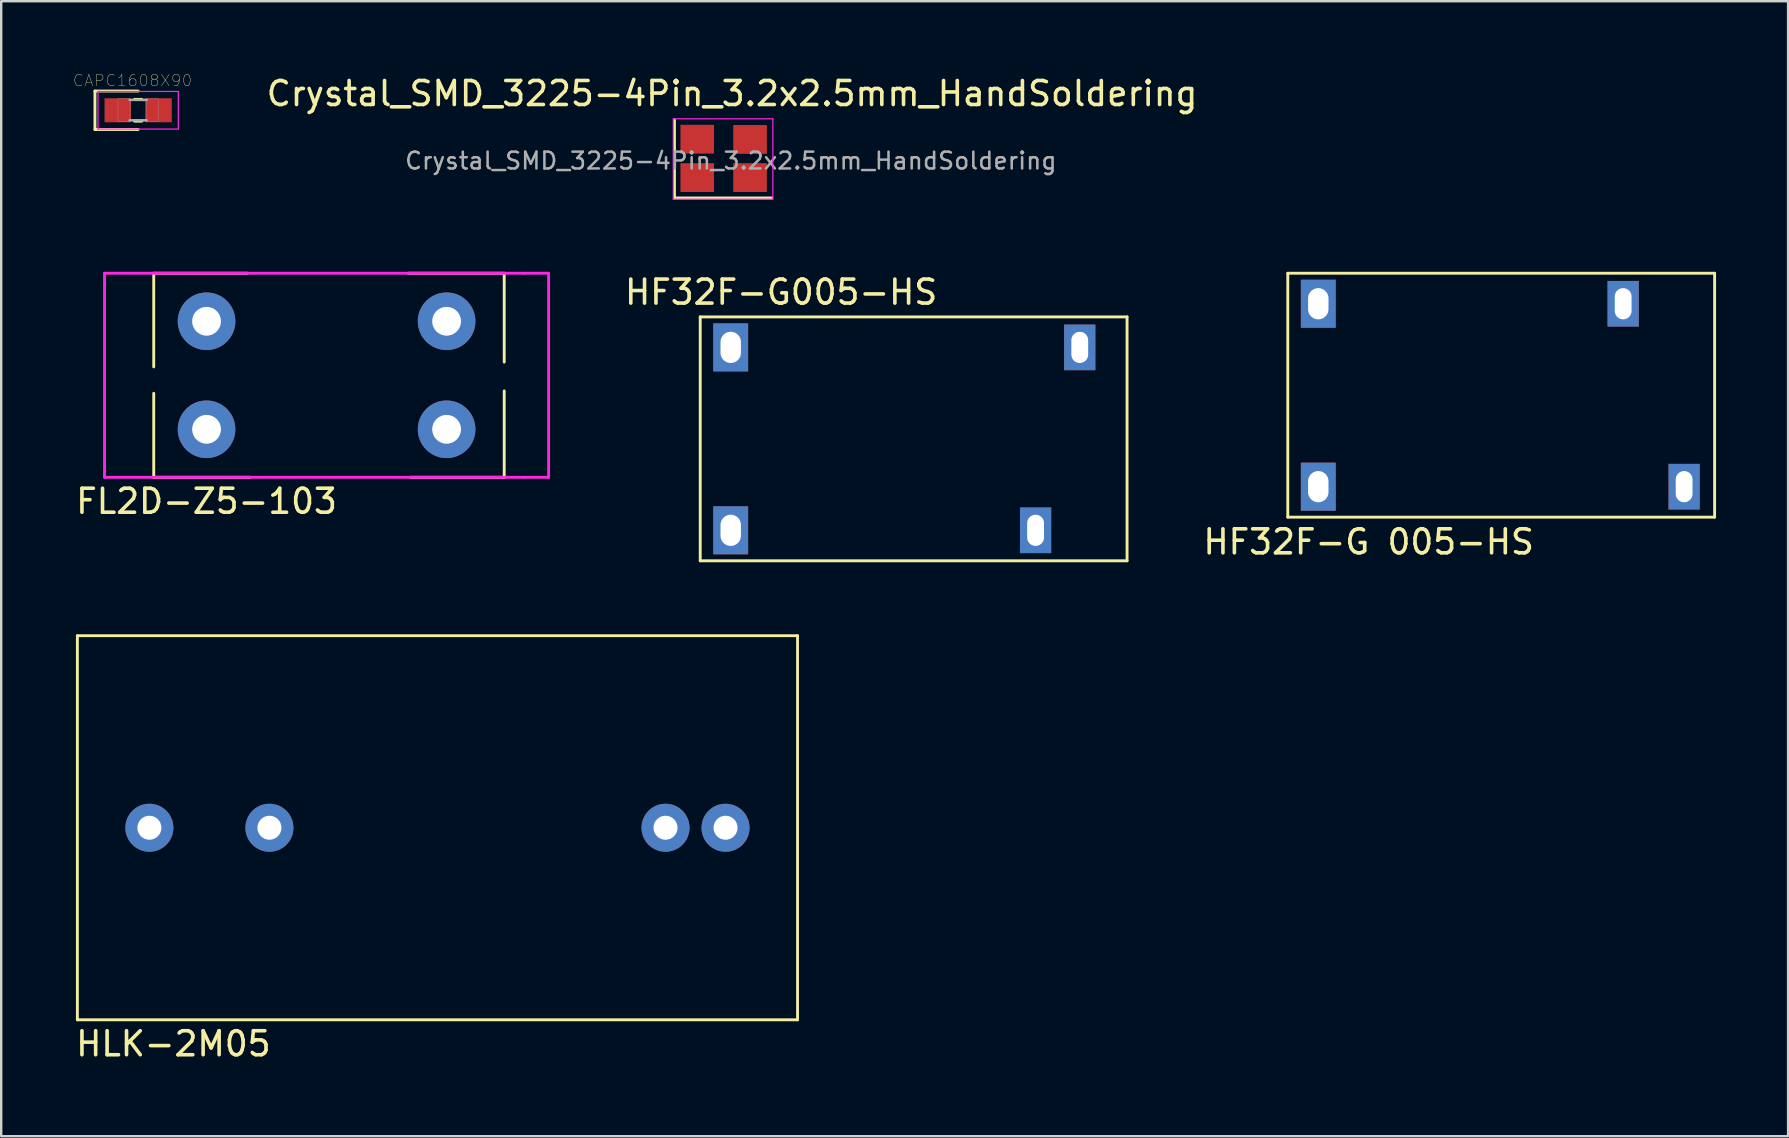
<source format=kicad_pcb>
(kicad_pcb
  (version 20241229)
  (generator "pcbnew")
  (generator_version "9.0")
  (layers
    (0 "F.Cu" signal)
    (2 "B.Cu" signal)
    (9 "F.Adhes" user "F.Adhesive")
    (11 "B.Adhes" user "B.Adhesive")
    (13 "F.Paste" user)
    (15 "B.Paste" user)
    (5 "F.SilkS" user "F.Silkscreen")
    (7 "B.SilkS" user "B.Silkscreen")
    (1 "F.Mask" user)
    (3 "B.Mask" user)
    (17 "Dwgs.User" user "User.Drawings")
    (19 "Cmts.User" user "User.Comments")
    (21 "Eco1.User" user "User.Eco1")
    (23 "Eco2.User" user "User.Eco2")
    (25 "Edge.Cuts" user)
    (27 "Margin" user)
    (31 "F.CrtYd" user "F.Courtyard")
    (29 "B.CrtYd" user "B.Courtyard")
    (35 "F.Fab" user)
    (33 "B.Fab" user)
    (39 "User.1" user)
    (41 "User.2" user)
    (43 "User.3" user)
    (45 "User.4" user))
  (footprint "FL2D-Z5-103"
    (layer "F.Cu")
    (at 5.554 14.833)
    (property "Reference" "FL2D-Z5-103" (at 0 3 0) (layer "F.SilkS") (effects (font (size 1 1) (thickness 0.15))))
    (attr through_hole)
    (fp_line (start -2.2 -6.5) (end -2.2 -2.6) (stroke (width 0.12) (type solid)) (layer "F.SilkS"))
    (fp_line (start -2.2 -1.5) (end -2.2 2) (stroke (width 0.12) (type solid)) (layer "F.SilkS"))
    (fp_line (start -2.2 2) (end 1.8 2) (stroke (width 0.12) (type solid)) (layer "F.SilkS"))
    (fp_line (start 1.7 -6.5) (end -2.2 -6.5) (stroke (width 0.12) (type solid)) (layer "F.SilkS"))
    (fp_line (start 8.5 2) (end 12.4 2) (stroke (width 0.12) (type solid)) (layer "F.SilkS"))
    (fp_line (start 12.4 -6.5) (end 8.4 -6.5) (stroke (width 0.12) (type solid)) (layer "F.SilkS"))
    (fp_line (start 12.4 -2.8) (end 12.4 -6.5) (stroke (width 0.12) (type solid)) (layer "F.SilkS"))
    (fp_line (start 12.4 2) (end 12.4 -1.6) (stroke (width 0.12) (type solid)) (layer "F.SilkS"))
    (fp_line (start -4.25 -6.5) (end -4.25 2) (stroke (width 0.12) (type solid)) (layer "F.CrtYd"))
    (fp_line (start -4.25 2) (end 13.25 2) (stroke (width 0.12) (type solid)) (layer "F.CrtYd"))
    (fp_line (start 13.25 -6.5) (end -4.25 -6.5) (stroke (width 0.12) (type solid)) (layer "F.CrtYd"))
    (fp_line (start 13.25 -6.5) (end 14.25 -6.5) (stroke (width 0.12) (type solid)) (layer "F.CrtYd"))
    (fp_line (start 13.25 2) (end 14.25 2) (stroke (width 0.12) (type solid)) (layer "F.CrtYd"))
    (fp_line (start 14.25 2) (end 14.25 -6.5) (stroke (width 0.12) (type solid)) (layer "F.CrtYd"))
    (pad "1" thru_hole circle (at 0 -4.5) (size 2.4 2.4) (drill 1.2) (layers "*.Cu" "*.Mask"))
    (pad "2" thru_hole circle (at 0 0) (size 2.4 2.4) (drill 1.2) (layers "*.Cu" "*.Mask"))
    (pad "3" thru_hole circle (at 10 0) (size 2.4 2.4) (drill 1.2) (layers "*.Cu" "*.Mask"))
    (pad "4" thru_hole circle (at 10 -4.5) (size 2.4 2.4) (drill 1.2) (layers "*.Cu" "*.Mask")))
  (footprint "HF32F-G005-HS"
    (layer "F.Cu")
    (at 34.389 15.921)
    (property "Reference" "HF32F-G005-HS" (at -4.9 -6.8 180) (layer "F.SilkS") (effects (font (size 1 1) (thickness 0.15))))
    (attr through_hole)
    (fp_line (start -8.27 -5.77) (end 9.51 -5.77) (stroke (width 0.12) (type solid)) (layer "F.SilkS"))
    (fp_line (start -8.27 4.39) (end -8.27 -5.77) (stroke (width 0.12) (type solid)) (layer "F.SilkS"))
    (fp_line (start 9.51 -5.77) (end 9.51 4.39) (stroke (width 0.12) (type solid)) (layer "F.SilkS"))
    (fp_line (start 9.51 4.39) (end -8.27 4.39) (stroke (width 0.12) (type solid)) (layer "F.SilkS"))
    (pad "AC1" thru_hole rect (at 7.54 -4.5 180) (size 1.3 1.9) (drill oval 0.7 1.3) (layers "*.Cu" "*.Mask"))
    (pad "AC2" thru_hole rect (at 5.7 3.12 180) (size 1.3 1.9) (drill oval 0.7 1.3) (layers "*.Cu" "*.Mask"))
    (pad "DC1" thru_hole rect (at -7 -4.5 180) (size 1.45 2) (drill oval 0.85 1.3) (layers "*.Cu" "*.Mask"))
    (pad "DC2" thru_hole rect (at -7 3.12 180) (size 1.45 2) (drill oval 0.85 1.3) (layers "*.Cu" "*.Mask")))
  (footprint "HLK-2M05"
    (layer "F.Cu")
    (at 3.173 31.431)
    (property "Reference" "HLK-2M05" (at 1 9 0) (layer "F.SilkS") (effects (font (size 1 1) (thickness 0.15))))
    (attr through_hole)
    (fp_line (start -3 -8) (end -3 8) (stroke (width 0.12) (type solid)) (layer "F.SilkS"))
    (fp_line (start -3 8) (end 27 8) (stroke (width 0.12) (type solid)) (layer "F.SilkS"))
    (fp_line (start 27 -8) (end -3 -8) (stroke (width 0.12) (type solid)) (layer "F.SilkS"))
    (fp_line (start 27 8) (end 27 -8) (stroke (width 0.12) (type solid)) (layer "F.SilkS"))
    (pad "1" thru_hole circle (at 0 0) (size 2 2) (drill 1) (layers "*.Cu" "*.Mask"))
    (pad "2" thru_hole circle (at 5 0) (size 2 2) (drill 1) (layers "*.Cu" "*.Mask"))
    (pad "3" thru_hole circle (at 21.5 0) (size 2 2) (drill 1) (layers "*.Cu" "*.Mask"))
    (pad "4" thru_hole circle (at 24 0) (size 2 2) (drill 1) (layers "*.Cu" "*.Mask")))
  (footprint "HF32F-G 005-HS"
    (layer "F.Cu")
    (at 51.865 17.223)
    (property "Reference" "HF32F-G 005-HS" (at 2.1 2.3 0) (layer "F.SilkS") (effects (font (size 1 1) (thickness 0.15))))
    (attr through_hole)
    (fp_line (start -1.27 -8.89) (end -1.27 1.27) (stroke (width 0.12) (type solid)) (layer "F.SilkS"))
    (fp_line (start -1.27 1.27) (end 16.51 1.27) (stroke (width 0.12) (type solid)) (layer "F.SilkS"))
    (fp_line (start 16.51 -8.89) (end -1.27 -8.89) (stroke (width 0.12) (type solid)) (layer "F.SilkS"))
    (fp_line (start 16.51 1.27) (end 16.51 -8.89) (stroke (width 0.12) (type solid)) (layer "F.SilkS"))
    (pad "1" thru_hole rect (at 0 0) (size 1.45 2) (drill oval 0.85 1.3) (layers "*.Cu" "*.Mask"))
    (pad "2" thru_hole rect (at 0 -7.62) (size 1.45 2) (drill oval 0.85 1.3) (layers "*.Cu" "*.Mask"))
    (pad "3" thru_hole rect (at 15.24 0) (size 1.3 1.9) (drill oval 0.7 1.3) (layers "*.Cu" "*.Mask"))
    (pad "4" thru_hole rect (at 12.7 -7.62) (size 1.3 1.9) (drill oval 0.7 1.3) (layers "*.Cu" "*.Mask")))
  (footprint "CAPC1608X90"
    (layer "F.Cu")
    (at 2.705 1.543)
    (property "Reference" "CAPC1608X90" (at -0.236 -1.239 0) (layer "F.SilkS") (effects (font (size 0.474 0.474) (thickness 0.015))))
    (attr through_hole)
    (fp_line (start -1.8 -0.8) (end -1.8 0.8) (stroke (width 0.12) (type solid)) (layer "F.SilkS"))
    (fp_line (start -1.8 0.8) (end 0 0.8) (stroke (width 0.12) (type solid)) (layer "F.SilkS"))
    (fp_line (start -0.15 -0.45) (end 0.15 -0.45) (stroke (width 0.127) (type solid)) (layer "F.SilkS"))
    (fp_line (start -0.15 0.45) (end 0.15 0.45) (stroke (width 0.127) (type solid)) (layer "F.SilkS"))
    (fp_line (start 0 -0.8) (end -1.8 -0.8) (stroke (width 0.12) (type solid)) (layer "F.SilkS"))
    (fp_line (start -1.673 -0.783) (end 1.673 -0.783) (stroke (width 0.051) (type solid)) (layer "F.CrtYd"))
    (fp_line (start -1.673 0.783) (end -1.673 -0.783) (stroke (width 0.051) (type solid)) (layer "F.CrtYd"))
    (fp_line (start 1.673 -0.783) (end 1.673 0.783) (stroke (width 0.051) (type solid)) (layer "F.CrtYd"))
    (fp_line (start 1.673 0.783) (end -1.673 0.783) (stroke (width 0.051) (type solid)) (layer "F.CrtYd"))
    (fp_line (start -0.356 -0.432) (end 0.356 -0.432) (stroke (width 0.102) (type solid)) (layer "F.Fab"))
    (fp_line (start -0.356 0.419) (end 0.356 0.419) (stroke (width 0.102) (type solid)) (layer "F.Fab"))
    (fp_poly (pts (xy -0.839 -0.48) (xy -0.338 -0.48) (xy -0.338 0.47) (xy -0.839 0.47)) (stroke (width 0.01) (type solid)) (fill no) (layer "F.Fab"))
    (fp_poly (pts (xy 0.331 -0.48) (xy 0.83 -0.48) (xy 0.83 0.471) (xy 0.331 0.471)) (stroke (width 0.01) (type solid)) (fill no) (layer "F.Fab"))
    (pad "1" smd rect (at -0.85 0) (size 1.1 1) (layers "F.Cu" "F.Mask" "F.Paste"))
    (pad "2" smd rect (at 0.85 0) (size 1.1 1) (layers "F.Cu" "F.Mask" "F.Paste")))
  (footprint "Crystal_SMD_3225-4Pin_3.2x2.5mm_HandSoldering"
    (layer "F.Cu")
    (at 27.445 3.898)
    (property "Reference" "Crystal_SMD_3225-4Pin_3.2x2.5mm_HandSoldering" (at 0 -3.05 0) (layer "F.SilkS") (effects (font (size 1 1) (thickness 0.15))))
    (attr smd)
    (fp_line (start -2.4 -1.95) (end -2.4 1.3) (stroke (width 0.12) (type solid)) (layer "F.SilkS"))
    (fp_line (start -2.4 1.3) (end 1.65 1.3) (stroke (width 0.12) (type solid)) (layer "F.SilkS"))
    (fp_line (start -2.45 -2) (end -2.45 1.35) (stroke (width 0.05) (type solid)) (layer "F.CrtYd"))
    (fp_line (start -2.45 1.35) (end 1.7 1.35) (stroke (width 0.05) (type solid)) (layer "F.CrtYd"))
    (fp_line (start 1.7 -2) (end -2.45 -2) (stroke (width 0.05) (type solid)) (layer "F.CrtYd"))
    (fp_line (start 1.7 1.35) (end 1.7 -2) (stroke (width 0.05) (type solid)) (layer "F.CrtYd"))
    (fp_text user "${REFERENCE}" (at -0.05 -0.25 0) (layer "F.Fab") (effects (font (size 0.7 0.7) (thickness 0.105))))
    (pad "1" smd rect (at -1.45 0.45) (size 1.4 1.2) (layers "F.Cu" "F.Mask" "F.Paste"))
    (pad "2" smd rect (at 0.75 0.45) (size 1.4 1.2) (layers "F.Cu" "F.Mask" "F.Paste"))
    (pad "3" smd rect (at 0.75 -1.14) (size 1.4 1.2) (layers "F.Cu" "F.Mask" "F.Paste"))
    (pad "4" smd rect (at -1.45 -1.15) (size 1.4 1.2) (layers "F.Cu" "F.Mask" "F.Paste")))
  (gr_rect
    (start -3 -3)
    (end 71.435 44.28)
    (stroke (width 0.1) (type default))
    (fill no)
    (layer "Edge.Cuts")))
</source>
